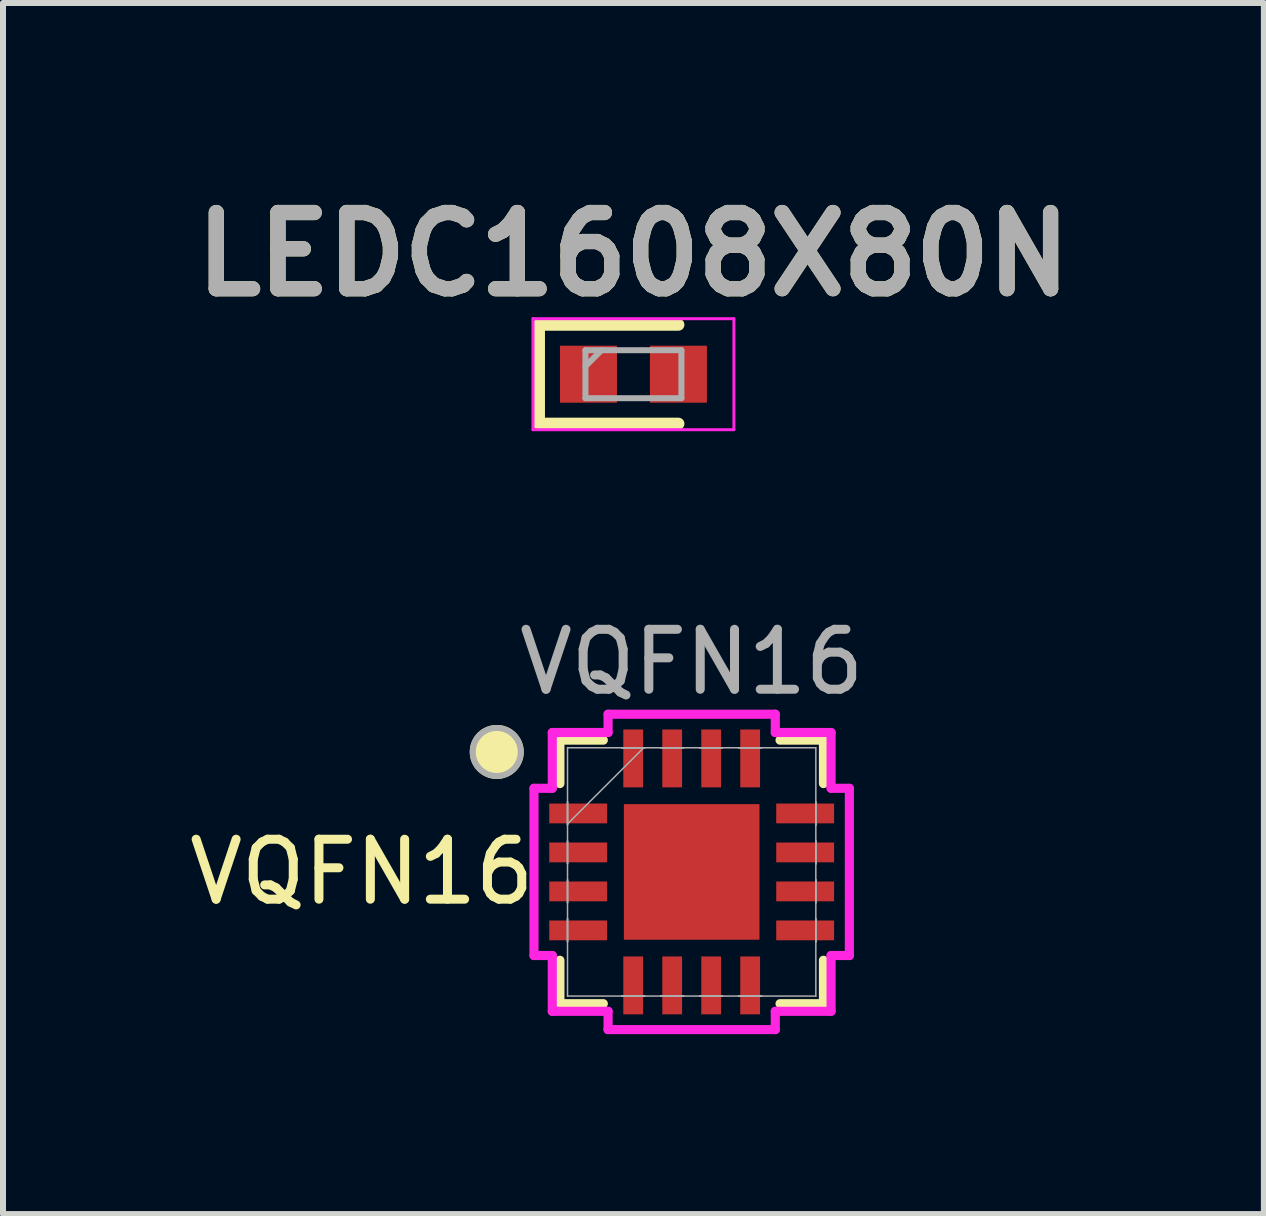
<source format=kicad_pcb>
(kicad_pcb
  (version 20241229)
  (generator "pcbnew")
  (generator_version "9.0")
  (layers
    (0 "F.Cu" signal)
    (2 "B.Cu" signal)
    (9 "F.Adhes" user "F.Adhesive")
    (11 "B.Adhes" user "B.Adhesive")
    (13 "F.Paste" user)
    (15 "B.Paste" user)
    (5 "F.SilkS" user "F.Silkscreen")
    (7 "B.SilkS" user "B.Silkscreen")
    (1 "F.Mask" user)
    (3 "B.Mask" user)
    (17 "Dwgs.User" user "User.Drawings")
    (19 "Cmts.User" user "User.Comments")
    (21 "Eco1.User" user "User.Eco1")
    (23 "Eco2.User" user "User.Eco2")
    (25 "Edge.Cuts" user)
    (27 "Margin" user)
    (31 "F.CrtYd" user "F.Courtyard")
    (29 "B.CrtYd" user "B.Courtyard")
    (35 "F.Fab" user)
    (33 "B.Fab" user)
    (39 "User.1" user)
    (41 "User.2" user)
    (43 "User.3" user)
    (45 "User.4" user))
  (footprint "LEDC1608X80N"
    (layer "F.Cu")
    (at 7.511 3.189)
    (property "Reference" "LEDC1608X80N" (at 0 -2 0) (layer "F.SilkS") (effects (font (size 1.27 1.27) (thickness 0.254))))
    (attr smd)
    (fp_line (start -1.575 -0.825) (end -1.575 0.825) (stroke (width 0.2) (type solid)) (layer "F.SilkS"))
    (fp_line (start -1.575 0.825) (end 0.75 0.825) (stroke (width 0.2) (type solid)) (layer "F.SilkS"))
    (fp_line (start 0.75 -0.825) (end -1.575 -0.825) (stroke (width 0.2) (type solid)) (layer "F.SilkS"))
    (fp_line (start -1.675 -0.925) (end 1.675 -0.925) (stroke (width 0.05) (type solid)) (layer "F.CrtYd"))
    (fp_line (start -1.675 0.925) (end -1.675 -0.925) (stroke (width 0.05) (type solid)) (layer "F.CrtYd"))
    (fp_line (start 1.675 -0.925) (end 1.675 0.925) (stroke (width 0.05) (type solid)) (layer "F.CrtYd"))
    (fp_line (start 1.675 0.925) (end -1.675 0.925) (stroke (width 0.05) (type solid)) (layer "F.CrtYd"))
    (fp_line (start -0.8 -0.4) (end 0.8 -0.4) (stroke (width 0.1) (type solid)) (layer "F.Fab"))
    (fp_line (start -0.8 -0.133) (end -0.533 -0.4) (stroke (width 0.1) (type solid)) (layer "F.Fab"))
    (fp_line (start -0.8 0.4) (end -0.8 -0.4) (stroke (width 0.1) (type solid)) (layer "F.Fab"))
    (fp_line (start 0.8 -0.4) (end 0.8 0.4) (stroke (width 0.1) (type solid)) (layer "F.Fab"))
    (fp_line (start 0.8 0.4) (end -0.8 0.4) (stroke (width 0.1) (type solid)) (layer "F.Fab"))
    (fp_text user "${REFERENCE}" (at 0 -2 0) (layer "F.Fab") (effects (font (size 1.27 1.27) (thickness 0.254))))
    (pad "1" smd rect (at -0.75 0 90) (size 0.95 0.95) (layers "F.Cu" "F.Mask" "F.Paste"))
    (pad "2" smd rect (at 0.75 0 90) (size 0.95 0.95) (layers "F.Cu" "F.Mask" "F.Paste")))
  (footprint "VQFN16"
    (layer "F.Cu")
    (at 8.482 11.487)
    (property "Reference" "VQFN16" (at -5.5 0 0) (unlocked yes) (layer "F.SilkS") (effects (font (size 1 1) (thickness 0.15))))
    (attr smd)
    (fp_line (start -2.197 -2.197) (end -2.197 -1.473) (stroke (width 0.152) (type solid)) (layer "F.SilkS"))
    (fp_line (start -2.197 1.473) (end -2.197 2.197) (stroke (width 0.152) (type solid)) (layer "F.SilkS"))
    (fp_line (start -2.197 2.197) (end -1.473 2.197) (stroke (width 0.152) (type solid)) (layer "F.SilkS"))
    (fp_line (start -1.473 -2.197) (end -2.197 -2.197) (stroke (width 0.152) (type solid)) (layer "F.SilkS"))
    (fp_line (start 1.473 2.197) (end 2.197 2.197) (stroke (width 0.152) (type solid)) (layer "F.SilkS"))
    (fp_line (start 2.197 -2.197) (end 1.473 -2.197) (stroke (width 0.152) (type solid)) (layer "F.SilkS"))
    (fp_line (start 2.197 -1.473) (end 2.197 -2.197) (stroke (width 0.152) (type solid)) (layer "F.SilkS"))
    (fp_line (start 2.197 2.197) (end 2.197 1.473) (stroke (width 0.152) (type solid)) (layer "F.SilkS"))
    (fp_circle (center -3.25 -2) (end -2.85 -2) (stroke (width 0.1) (type default)) (fill yes) (layer "F.SilkS"))
    (fp_line (start -2.629 -1.394) (end -2.324 -1.394) (stroke (width 0.152) (type solid)) (layer "F.CrtYd"))
    (fp_line (start -2.629 1.394) (end -2.629 -1.394) (stroke (width 0.152) (type solid)) (layer "F.CrtYd"))
    (fp_line (start -2.324 -2.324) (end -1.394 -2.324) (stroke (width 0.152) (type solid)) (layer "F.CrtYd"))
    (fp_line (start -2.324 -1.394) (end -2.324 -2.324) (stroke (width 0.152) (type solid)) (layer "F.CrtYd"))
    (fp_line (start -2.324 1.394) (end -2.629 1.394) (stroke (width 0.152) (type solid)) (layer "F.CrtYd"))
    (fp_line (start -2.324 2.324) (end -2.324 1.394) (stroke (width 0.152) (type solid)) (layer "F.CrtYd"))
    (fp_line (start -1.394 -2.629) (end 1.394 -2.629) (stroke (width 0.152) (type solid)) (layer "F.CrtYd"))
    (fp_line (start -1.394 -2.324) (end -1.394 -2.629) (stroke (width 0.152) (type solid)) (layer "F.CrtYd"))
    (fp_line (start -1.394 2.324) (end -2.324 2.324) (stroke (width 0.152) (type solid)) (layer "F.CrtYd"))
    (fp_line (start -1.394 2.629) (end -1.394 2.324) (stroke (width 0.152) (type solid)) (layer "F.CrtYd"))
    (fp_line (start 1.394 -2.629) (end 1.394 -2.324) (stroke (width 0.152) (type solid)) (layer "F.CrtYd"))
    (fp_line (start 1.394 -2.324) (end 2.324 -2.324) (stroke (width 0.152) (type solid)) (layer "F.CrtYd"))
    (fp_line (start 1.394 2.324) (end 1.394 2.629) (stroke (width 0.152) (type solid)) (layer "F.CrtYd"))
    (fp_line (start 1.394 2.629) (end -1.394 2.629) (stroke (width 0.152) (type solid)) (layer "F.CrtYd"))
    (fp_line (start 2.324 -2.324) (end 2.324 -1.394) (stroke (width 0.152) (type solid)) (layer "F.CrtYd"))
    (fp_line (start 2.324 -1.394) (end 2.629 -1.394) (stroke (width 0.152) (type solid)) (layer "F.CrtYd"))
    (fp_line (start 2.324 1.394) (end 2.324 2.324) (stroke (width 0.152) (type solid)) (layer "F.CrtYd"))
    (fp_line (start 2.324 2.324) (end 1.394 2.324) (stroke (width 0.152) (type solid)) (layer "F.CrtYd"))
    (fp_line (start 2.629 -1.394) (end 2.629 1.394) (stroke (width 0.152) (type solid)) (layer "F.CrtYd"))
    (fp_line (start 2.629 1.394) (end 2.324 1.394) (stroke (width 0.152) (type solid)) (layer "F.CrtYd"))
    (fp_line (start -2.07 -2.07) (end -2.07 2.07) (stroke (width 0.025) (type solid)) (layer "F.Fab"))
    (fp_line (start -2.07 -1.165) (end -2.07 -1.165) (stroke (width 0.025) (type solid)) (layer "F.Fab"))
    (fp_line (start -2.07 -1.165) (end -2.07 -0.784) (stroke (width 0.025) (type solid)) (layer "F.Fab"))
    (fp_line (start -2.07 -0.8) (end -0.8 -2.07) (stroke (width 0.025) (type solid)) (layer "F.Fab"))
    (fp_line (start -2.07 -0.784) (end -2.07 -1.165) (stroke (width 0.025) (type solid)) (layer "F.Fab"))
    (fp_line (start -2.07 -0.784) (end -2.07 -0.784) (stroke (width 0.025) (type solid)) (layer "F.Fab"))
    (fp_line (start -2.07 -0.515) (end -2.07 -0.515) (stroke (width 0.025) (type solid)) (layer "F.Fab"))
    (fp_line (start -2.07 -0.515) (end -2.07 -0.135) (stroke (width 0.025) (type solid)) (layer "F.Fab"))
    (fp_line (start -2.07 -0.135) (end -2.07 -0.515) (stroke (width 0.025) (type solid)) (layer "F.Fab"))
    (fp_line (start -2.07 -0.135) (end -2.07 -0.135) (stroke (width 0.025) (type solid)) (layer "F.Fab"))
    (fp_line (start -2.07 0.135) (end -2.07 0.135) (stroke (width 0.025) (type solid)) (layer "F.Fab"))
    (fp_line (start -2.07 0.135) (end -2.07 0.515) (stroke (width 0.025) (type solid)) (layer "F.Fab"))
    (fp_line (start -2.07 0.515) (end -2.07 0.135) (stroke (width 0.025) (type solid)) (layer "F.Fab"))
    (fp_line (start -2.07 0.515) (end -2.07 0.515) (stroke (width 0.025) (type solid)) (layer "F.Fab"))
    (fp_line (start -2.07 0.784) (end -2.07 0.784) (stroke (width 0.025) (type solid)) (layer "F.Fab"))
    (fp_line (start -2.07 0.784) (end -2.07 1.165) (stroke (width 0.025) (type solid)) (layer "F.Fab"))
    (fp_line (start -2.07 1.165) (end -2.07 0.784) (stroke (width 0.025) (type solid)) (layer "F.Fab"))
    (fp_line (start -2.07 1.165) (end -2.07 1.165) (stroke (width 0.025) (type solid)) (layer "F.Fab"))
    (fp_line (start -2.07 2.07) (end 2.07 2.07) (stroke (width 0.025) (type solid)) (layer "F.Fab"))
    (fp_line (start -1.165 -2.07) (end -1.165 -2.07) (stroke (width 0.025) (type solid)) (layer "F.Fab"))
    (fp_line (start -1.165 -2.07) (end -0.784 -2.07) (stroke (width 0.025) (type solid)) (layer "F.Fab"))
    (fp_line (start -1.165 2.07) (end -1.165 2.07) (stroke (width 0.025) (type solid)) (layer "F.Fab"))
    (fp_line (start -1.165 2.07) (end -0.784 2.07) (stroke (width 0.025) (type solid)) (layer "F.Fab"))
    (fp_line (start -0.784 -2.07) (end -1.165 -2.07) (stroke (width 0.025) (type solid)) (layer "F.Fab"))
    (fp_line (start -0.784 -2.07) (end -0.784 -2.07) (stroke (width 0.025) (type solid)) (layer "F.Fab"))
    (fp_line (start -0.784 2.07) (end -1.165 2.07) (stroke (width 0.025) (type solid)) (layer "F.Fab"))
    (fp_line (start -0.784 2.07) (end -0.784 2.07) (stroke (width 0.025) (type solid)) (layer "F.Fab"))
    (fp_line (start -0.515 -2.07) (end -0.515 -2.07) (stroke (width 0.025) (type solid)) (layer "F.Fab"))
    (fp_line (start -0.515 -2.07) (end -0.135 -2.07) (stroke (width 0.025) (type solid)) (layer "F.Fab"))
    (fp_line (start -0.515 2.07) (end -0.515 2.07) (stroke (width 0.025) (type solid)) (layer "F.Fab"))
    (fp_line (start -0.515 2.07) (end -0.135 2.07) (stroke (width 0.025) (type solid)) (layer "F.Fab"))
    (fp_line (start -0.135 -2.07) (end -0.515 -2.07) (stroke (width 0.025) (type solid)) (layer "F.Fab"))
    (fp_line (start -0.135 -2.07) (end -0.135 -2.07) (stroke (width 0.025) (type solid)) (layer "F.Fab"))
    (fp_line (start -0.135 2.07) (end -0.515 2.07) (stroke (width 0.025) (type solid)) (layer "F.Fab"))
    (fp_line (start -0.135 2.07) (end -0.135 2.07) (stroke (width 0.025) (type solid)) (layer "F.Fab"))
    (fp_line (start 0.135 -2.07) (end 0.135 -2.07) (stroke (width 0.025) (type solid)) (layer "F.Fab"))
    (fp_line (start 0.135 -2.07) (end 0.515 -2.07) (stroke (width 0.025) (type solid)) (layer "F.Fab"))
    (fp_line (start 0.135 2.07) (end 0.135 2.07) (stroke (width 0.025) (type solid)) (layer "F.Fab"))
    (fp_line (start 0.135 2.07) (end 0.515 2.07) (stroke (width 0.025) (type solid)) (layer "F.Fab"))
    (fp_line (start 0.515 -2.07) (end 0.135 -2.07) (stroke (width 0.025) (type solid)) (layer "F.Fab"))
    (fp_line (start 0.515 -2.07) (end 0.515 -2.07) (stroke (width 0.025) (type solid)) (layer "F.Fab"))
    (fp_line (start 0.515 2.07) (end 0.135 2.07) (stroke (width 0.025) (type solid)) (layer "F.Fab"))
    (fp_line (start 0.515 2.07) (end 0.515 2.07) (stroke (width 0.025) (type solid)) (layer "F.Fab"))
    (fp_line (start 0.784 -2.07) (end 0.784 -2.07) (stroke (width 0.025) (type solid)) (layer "F.Fab"))
    (fp_line (start 0.784 -2.07) (end 1.165 -2.07) (stroke (width 0.025) (type solid)) (layer "F.Fab"))
    (fp_line (start 0.784 2.07) (end 0.784 2.07) (stroke (width 0.025) (type solid)) (layer "F.Fab"))
    (fp_line (start 0.784 2.07) (end 1.165 2.07) (stroke (width 0.025) (type solid)) (layer "F.Fab"))
    (fp_line (start 1.165 -2.07) (end 0.784 -2.07) (stroke (width 0.025) (type solid)) (layer "F.Fab"))
    (fp_line (start 1.165 -2.07) (end 1.165 -2.07) (stroke (width 0.025) (type solid)) (layer "F.Fab"))
    (fp_line (start 1.165 2.07) (end 0.784 2.07) (stroke (width 0.025) (type solid)) (layer "F.Fab"))
    (fp_line (start 1.165 2.07) (end 1.165 2.07) (stroke (width 0.025) (type solid)) (layer "F.Fab"))
    (fp_line (start 2.07 -2.07) (end -2.07 -2.07) (stroke (width 0.025) (type solid)) (layer "F.Fab"))
    (fp_line (start 2.07 -1.165) (end 2.07 -1.165) (stroke (width 0.025) (type solid)) (layer "F.Fab"))
    (fp_line (start 2.07 -1.165) (end 2.07 -0.784) (stroke (width 0.025) (type solid)) (layer "F.Fab"))
    (fp_line (start 2.07 -0.784) (end 2.07 -1.165) (stroke (width 0.025) (type solid)) (layer "F.Fab"))
    (fp_line (start 2.07 -0.784) (end 2.07 -0.784) (stroke (width 0.025) (type solid)) (layer "F.Fab"))
    (fp_line (start 2.07 -0.515) (end 2.07 -0.515) (stroke (width 0.025) (type solid)) (layer "F.Fab"))
    (fp_line (start 2.07 -0.515) (end 2.07 -0.135) (stroke (width 0.025) (type solid)) (layer "F.Fab"))
    (fp_line (start 2.07 -0.135) (end 2.07 -0.515) (stroke (width 0.025) (type solid)) (layer "F.Fab"))
    (fp_line (start 2.07 -0.135) (end 2.07 -0.135) (stroke (width 0.025) (type solid)) (layer "F.Fab"))
    (fp_line (start 2.07 0.135) (end 2.07 0.135) (stroke (width 0.025) (type solid)) (layer "F.Fab"))
    (fp_line (start 2.07 0.135) (end 2.07 0.515) (stroke (width 0.025) (type solid)) (layer "F.Fab"))
    (fp_line (start 2.07 0.515) (end 2.07 0.135) (stroke (width 0.025) (type solid)) (layer "F.Fab"))
    (fp_line (start 2.07 0.515) (end 2.07 0.515) (stroke (width 0.025) (type solid)) (layer "F.Fab"))
    (fp_line (start 2.07 0.784) (end 2.07 0.784) (stroke (width 0.025) (type solid)) (layer "F.Fab"))
    (fp_line (start 2.07 0.784) (end 2.07 1.165) (stroke (width 0.025) (type solid)) (layer "F.Fab"))
    (fp_line (start 2.07 1.165) (end 2.07 0.784) (stroke (width 0.025) (type solid)) (layer "F.Fab"))
    (fp_line (start 2.07 1.165) (end 2.07 1.165) (stroke (width 0.025) (type solid)) (layer "F.Fab"))
    (fp_line (start 2.07 2.07) (end 2.07 -2.07) (stroke (width 0.025) (type solid)) (layer "F.Fab"))
    (fp_circle (center -3.25 -2) (end -2.85 -2) (stroke (width 0.1) (type default)) (fill no) (layer "F.Fab"))
    (fp_text user "${REFERENCE}" (at 0 -3.5 0) (unlocked yes) (layer "F.Fab") (effects (font (size 1 1) (thickness 0.15))))
    (pad "1" smd rect (at -1.892 -0.975 90) (size 0.33 0.965) (layers "F.Cu" "F.Mask" "F.Paste"))
    (pad "2" smd rect (at -1.892 -0.325 90) (size 0.33 0.965) (layers "F.Cu" "F.Mask" "F.Paste"))
    (pad "3" smd rect (at -1.892 0.325 90) (size 0.33 0.965) (layers "F.Cu" "F.Mask" "F.Paste"))
    (pad "4" smd rect (at -1.892 0.975 90) (size 0.33 0.965) (layers "F.Cu" "F.Mask" "F.Paste"))
    (pad "5" smd rect (at -0.975 1.892) (size 0.33 0.965) (layers "F.Cu" "F.Mask" "F.Paste"))
    (pad "6" smd rect (at -0.325 1.892) (size 0.33 0.965) (layers "F.Cu" "F.Mask" "F.Paste"))
    (pad "7" smd rect (at 0.325 1.892) (size 0.33 0.965) (layers "F.Cu" "F.Mask" "F.Paste"))
    (pad "8" smd rect (at 0.975 1.892) (size 0.33 0.965) (layers "F.Cu" "F.Mask" "F.Paste"))
    (pad "9" smd rect (at 1.892 0.975 90) (size 0.33 0.965) (layers "F.Cu" "F.Mask" "F.Paste"))
    (pad "10" smd rect (at 1.892 0.325 90) (size 0.33 0.965) (layers "F.Cu" "F.Mask" "F.Paste"))
    (pad "11" smd rect (at 1.892 -0.325 90) (size 0.33 0.965) (layers "F.Cu" "F.Mask" "F.Paste"))
    (pad "12" smd rect (at 1.892 -0.975 90) (size 0.33 0.965) (layers "F.Cu" "F.Mask" "F.Paste"))
    (pad "13" smd rect (at 0.975 -1.892) (size 0.33 0.965) (layers "F.Cu" "F.Mask" "F.Paste"))
    (pad "14" smd rect (at 0.325 -1.892) (size 0.33 0.965) (layers "F.Cu" "F.Mask" "F.Paste"))
    (pad "15" smd rect (at -0.325 -1.892) (size 0.33 0.965) (layers "F.Cu" "F.Mask" "F.Paste"))
    (pad "16" smd rect (at -0.975 -1.892) (size 0.33 0.965) (layers "F.Cu" "F.Mask" "F.Paste"))
    (pad "17" smd rect (at 0 0) (size 2.261 2.261) (layers "F.Cu" "F.Mask" "F.Paste")))
  (gr_rect
    (start -3 -3)
    (end 18.022 17.192)
    (stroke (width 0.1) (type default))
    (fill no)
    (layer "Edge.Cuts")))
</source>
